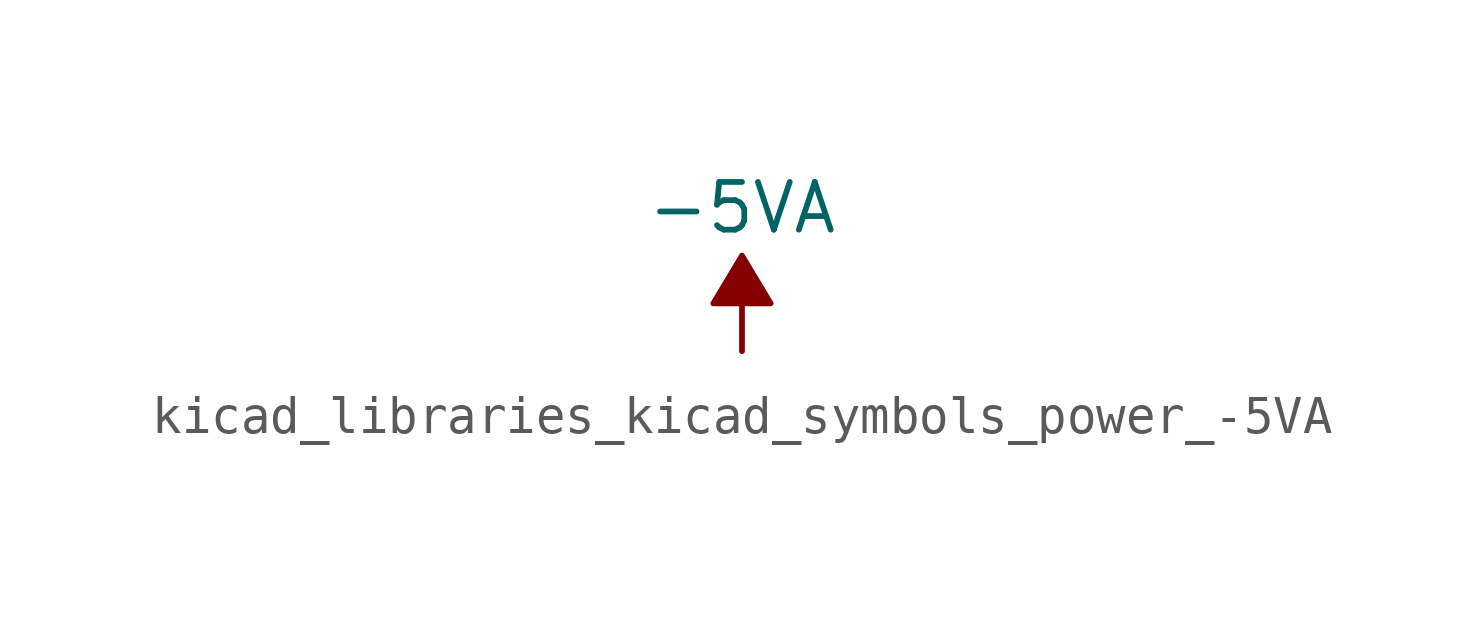
<source format=kicad_sym>
(kicad_symbol_lib
  (version 20220914)
  (generator kicad_symbol_editor)
  (symbol "kicad_libraries_kicad_symbols_power_-5VA"
    (power)
    (pin_names
      (offset 0))
    (property "Reference" "#PWR"
      (at 0 2.54 0)
      (effects (font (size 1.27 1.27)) hide))
    (property "Value" "-5VA"
      (at 0 3.81 0)
      (effects (font (size 1.27 1.27))))
    (symbol "kicad_libraries_kicad_symbols_power_-5VA_0_0"
      (pin power_in line (at 0 0 90) (length 0) hide (name "-5VA" (effects (font (size 1.27 1.27)))) (number "1" (effects (font (size 1.27 1.27))))))
    (symbol "kicad_libraries_kicad_symbols_power_-5VA_0_1"
      (polyline (pts (xy 0 0) (xy 0 1.27) (xy 0.762 1.27) (xy 0 2.54) (xy -0.762 1.27) (xy 0 1.27)) (stroke (width 0) (type default)) (fill (type outline))))))
</source>
